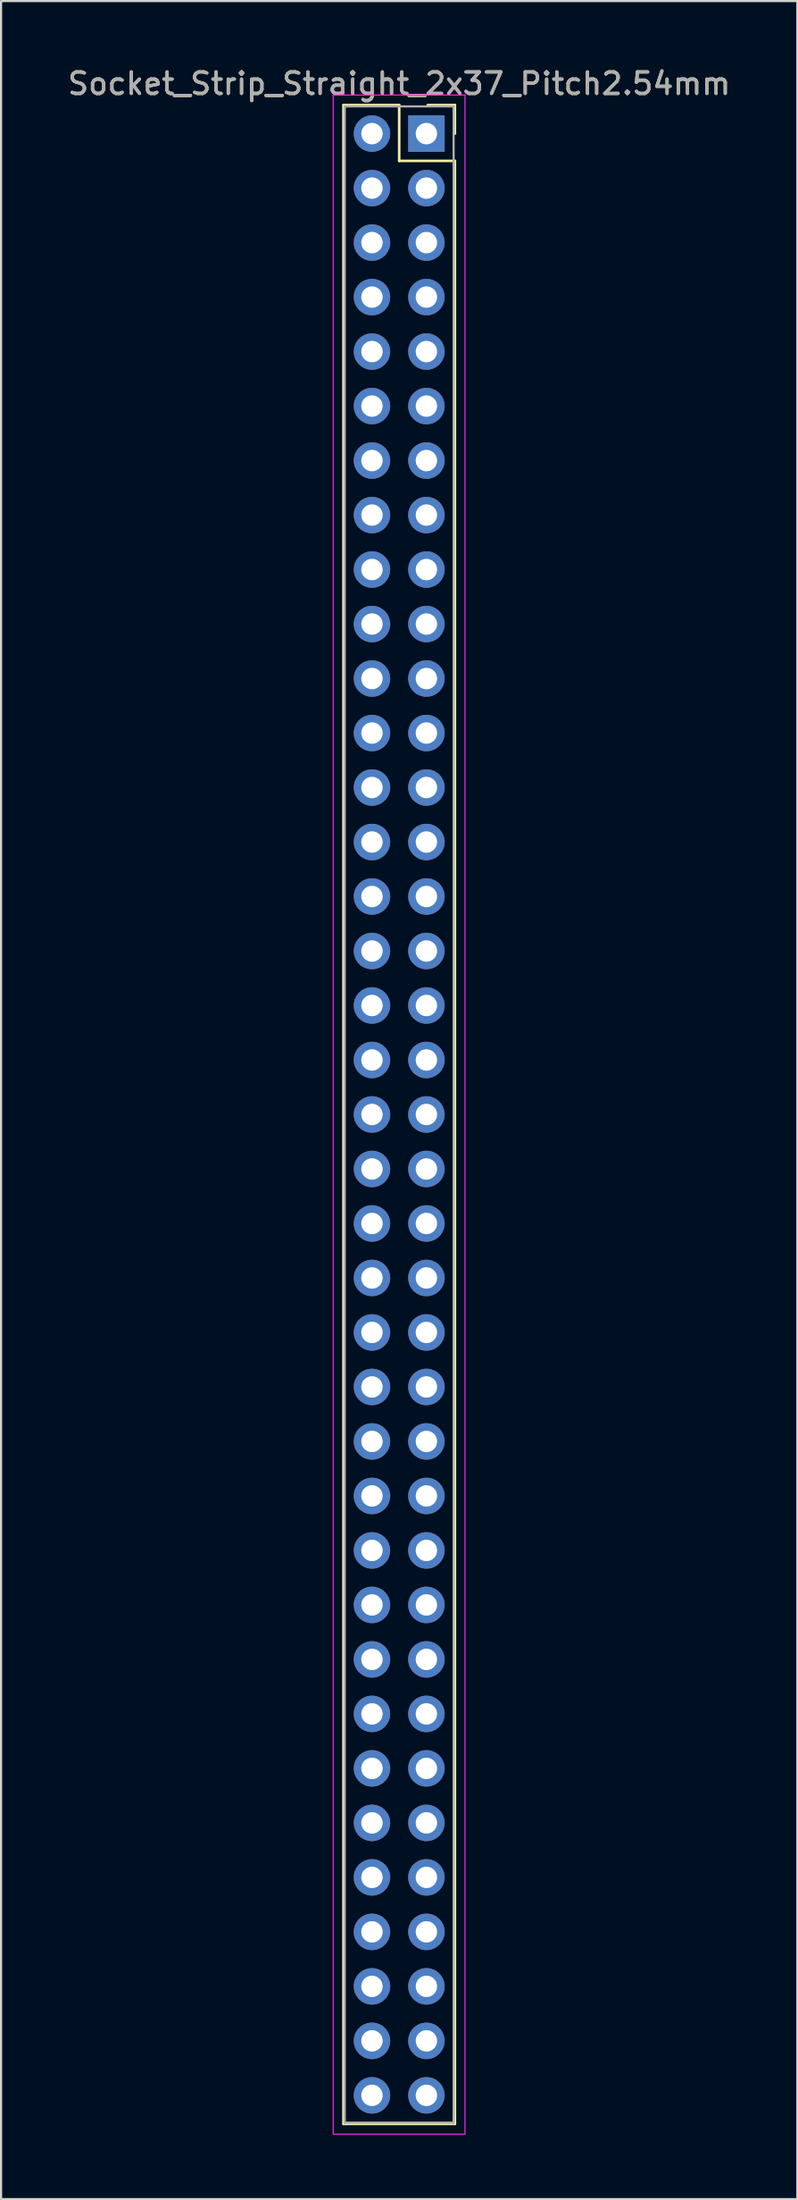
<source format=kicad_pcb>
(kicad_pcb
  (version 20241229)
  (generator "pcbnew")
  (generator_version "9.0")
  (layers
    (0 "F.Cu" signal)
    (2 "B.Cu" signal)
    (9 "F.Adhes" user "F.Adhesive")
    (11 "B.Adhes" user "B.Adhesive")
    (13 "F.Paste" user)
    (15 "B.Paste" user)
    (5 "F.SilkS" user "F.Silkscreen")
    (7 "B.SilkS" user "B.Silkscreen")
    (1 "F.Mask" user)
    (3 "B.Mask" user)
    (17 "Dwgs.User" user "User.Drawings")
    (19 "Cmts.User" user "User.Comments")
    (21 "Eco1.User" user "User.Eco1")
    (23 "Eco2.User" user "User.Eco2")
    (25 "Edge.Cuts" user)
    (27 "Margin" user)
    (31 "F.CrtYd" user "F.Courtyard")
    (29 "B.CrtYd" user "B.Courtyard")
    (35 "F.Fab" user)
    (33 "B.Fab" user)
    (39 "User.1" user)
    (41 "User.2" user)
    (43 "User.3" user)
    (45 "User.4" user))
  (footprint "Socket_Strip_Straight_2x37_Pitch2.54mm"
    (layer "F.Cu")
    (at 16.847 3.178)
    (property "Reference" "Socket_Strip_Straight_2x37_Pitch2.54mm" (at -1.27 -2.33 0) (layer "F.SilkS") (effects (font (size 1 1) (thickness 0.15))))
    (attr through_hole)
    (fp_line (start -3.87 -1.33) (end -1.27 -1.33) (stroke (width 0.12) (type solid)) (layer "F.SilkS"))
    (fp_line (start -3.87 92.77) (end -3.87 -1.33) (stroke (width 0.12) (type solid)) (layer "F.SilkS"))
    (fp_line (start -1.27 -1.33) (end -1.27 1.27) (stroke (width 0.12) (type solid)) (layer "F.SilkS"))
    (fp_line (start -1.27 1.27) (end 1.33 1.27) (stroke (width 0.12) (type solid)) (layer "F.SilkS"))
    (fp_line (start 1.33 -1.33) (end 0.06 -1.33) (stroke (width 0.12) (type solid)) (layer "F.SilkS"))
    (fp_line (start 1.33 0) (end 1.33 -1.33) (stroke (width 0.12) (type solid)) (layer "F.SilkS"))
    (fp_line (start 1.33 1.27) (end 1.33 92.77) (stroke (width 0.12) (type solid)) (layer "F.SilkS"))
    (fp_line (start 1.33 92.77) (end -3.87 92.77) (stroke (width 0.12) (type solid)) (layer "F.SilkS"))
    (fp_line (start -4.35 -1.8) (end -4.35 93.25) (stroke (width 0.05) (type solid)) (layer "F.CrtYd"))
    (fp_line (start -4.35 93.25) (end 1.8 93.25) (stroke (width 0.05) (type solid)) (layer "F.CrtYd"))
    (fp_line (start 1.8 -1.8) (end -4.35 -1.8) (stroke (width 0.05) (type solid)) (layer "F.CrtYd"))
    (fp_line (start 1.8 93.25) (end 1.8 -1.8) (stroke (width 0.05) (type solid)) (layer "F.CrtYd"))
    (fp_line (start -3.81 -1.27) (end -3.81 92.71) (stroke (width 0.1) (type solid)) (layer "F.Fab"))
    (fp_line (start -3.81 92.71) (end 1.27 92.71) (stroke (width 0.1) (type solid)) (layer "F.Fab"))
    (fp_line (start 1.27 -1.27) (end -3.81 -1.27) (stroke (width 0.1) (type solid)) (layer "F.Fab"))
    (fp_line (start 1.27 92.71) (end 1.27 -1.27) (stroke (width 0.1) (type solid)) (layer "F.Fab"))
    (fp_text user "${REFERENCE}" (at -1.27 -2.33 0) (layer "F.Fab") (effects (font (size 1 1) (thickness 0.15))))
    (pad "1" thru_hole rect (at 0 0) (size 1.7 1.7) (drill 1) (layers "*.Cu" "*.Mask"))
    (pad "2" thru_hole oval (at -2.54 0) (size 1.7 1.7) (drill 1) (layers "*.Cu" "*.Mask"))
    (pad "3" thru_hole oval (at 0 2.54) (size 1.7 1.7) (drill 1) (layers "*.Cu" "*.Mask"))
    (pad "4" thru_hole oval (at -2.54 2.54) (size 1.7 1.7) (drill 1) (layers "*.Cu" "*.Mask"))
    (pad "5" thru_hole oval (at 0 5.08) (size 1.7 1.7) (drill 1) (layers "*.Cu" "*.Mask"))
    (pad "6" thru_hole oval (at -2.54 5.08) (size 1.7 1.7) (drill 1) (layers "*.Cu" "*.Mask"))
    (pad "7" thru_hole oval (at 0 7.62) (size 1.7 1.7) (drill 1) (layers "*.Cu" "*.Mask"))
    (pad "8" thru_hole oval (at -2.54 7.62) (size 1.7 1.7) (drill 1) (layers "*.Cu" "*.Mask"))
    (pad "9" thru_hole oval (at 0 10.16) (size 1.7 1.7) (drill 1) (layers "*.Cu" "*.Mask"))
    (pad "10" thru_hole oval (at -2.54 10.16) (size 1.7 1.7) (drill 1) (layers "*.Cu" "*.Mask"))
    (pad "11" thru_hole oval (at 0 12.7) (size 1.7 1.7) (drill 1) (layers "*.Cu" "*.Mask"))
    (pad "12" thru_hole oval (at -2.54 12.7) (size 1.7 1.7) (drill 1) (layers "*.Cu" "*.Mask"))
    (pad "13" thru_hole oval (at 0 15.24) (size 1.7 1.7) (drill 1) (layers "*.Cu" "*.Mask"))
    (pad "14" thru_hole oval (at -2.54 15.24) (size 1.7 1.7) (drill 1) (layers "*.Cu" "*.Mask"))
    (pad "15" thru_hole oval (at 0 17.78) (size 1.7 1.7) (drill 1) (layers "*.Cu" "*.Mask"))
    (pad "16" thru_hole oval (at -2.54 17.78) (size 1.7 1.7) (drill 1) (layers "*.Cu" "*.Mask"))
    (pad "17" thru_hole oval (at 0 20.32) (size 1.7 1.7) (drill 1) (layers "*.Cu" "*.Mask"))
    (pad "18" thru_hole oval (at -2.54 20.32) (size 1.7 1.7) (drill 1) (layers "*.Cu" "*.Mask"))
    (pad "19" thru_hole oval (at 0 22.86) (size 1.7 1.7) (drill 1) (layers "*.Cu" "*.Mask"))
    (pad "20" thru_hole oval (at -2.54 22.86) (size 1.7 1.7) (drill 1) (layers "*.Cu" "*.Mask"))
    (pad "21" thru_hole oval (at 0 25.4) (size 1.7 1.7) (drill 1) (layers "*.Cu" "*.Mask"))
    (pad "22" thru_hole oval (at -2.54 25.4) (size 1.7 1.7) (drill 1) (layers "*.Cu" "*.Mask"))
    (pad "23" thru_hole oval (at 0 27.94) (size 1.7 1.7) (drill 1) (layers "*.Cu" "*.Mask"))
    (pad "24" thru_hole oval (at -2.54 27.94) (size 1.7 1.7) (drill 1) (layers "*.Cu" "*.Mask"))
    (pad "25" thru_hole oval (at 0 30.48) (size 1.7 1.7) (drill 1) (layers "*.Cu" "*.Mask"))
    (pad "26" thru_hole oval (at -2.54 30.48) (size 1.7 1.7) (drill 1) (layers "*.Cu" "*.Mask"))
    (pad "27" thru_hole oval (at 0 33.02) (size 1.7 1.7) (drill 1) (layers "*.Cu" "*.Mask"))
    (pad "28" thru_hole oval (at -2.54 33.02) (size 1.7 1.7) (drill 1) (layers "*.Cu" "*.Mask"))
    (pad "29" thru_hole oval (at 0 35.56) (size 1.7 1.7) (drill 1) (layers "*.Cu" "*.Mask"))
    (pad "30" thru_hole oval (at -2.54 35.56) (size 1.7 1.7) (drill 1) (layers "*.Cu" "*.Mask"))
    (pad "31" thru_hole oval (at 0 38.1) (size 1.7 1.7) (drill 1) (layers "*.Cu" "*.Mask"))
    (pad "32" thru_hole oval (at -2.54 38.1) (size 1.7 1.7) (drill 1) (layers "*.Cu" "*.Mask"))
    (pad "33" thru_hole oval (at 0 40.64) (size 1.7 1.7) (drill 1) (layers "*.Cu" "*.Mask"))
    (pad "34" thru_hole oval (at -2.54 40.64) (size 1.7 1.7) (drill 1) (layers "*.Cu" "*.Mask"))
    (pad "35" thru_hole oval (at 0 43.18) (size 1.7 1.7) (drill 1) (layers "*.Cu" "*.Mask"))
    (pad "36" thru_hole oval (at -2.54 43.18) (size 1.7 1.7) (drill 1) (layers "*.Cu" "*.Mask"))
    (pad "37" thru_hole oval (at 0 45.72) (size 1.7 1.7) (drill 1) (layers "*.Cu" "*.Mask"))
    (pad "38" thru_hole oval (at -2.54 45.72) (size 1.7 1.7) (drill 1) (layers "*.Cu" "*.Mask"))
    (pad "39" thru_hole oval (at 0 48.26) (size 1.7 1.7) (drill 1) (layers "*.Cu" "*.Mask"))
    (pad "40" thru_hole oval (at -2.54 48.26) (size 1.7 1.7) (drill 1) (layers "*.Cu" "*.Mask"))
    (pad "41" thru_hole oval (at 0 50.8) (size 1.7 1.7) (drill 1) (layers "*.Cu" "*.Mask"))
    (pad "42" thru_hole oval (at -2.54 50.8) (size 1.7 1.7) (drill 1) (layers "*.Cu" "*.Mask"))
    (pad "43" thru_hole oval (at 0 53.34) (size 1.7 1.7) (drill 1) (layers "*.Cu" "*.Mask"))
    (pad "44" thru_hole oval (at -2.54 53.34) (size 1.7 1.7) (drill 1) (layers "*.Cu" "*.Mask"))
    (pad "45" thru_hole oval (at 0 55.88) (size 1.7 1.7) (drill 1) (layers "*.Cu" "*.Mask"))
    (pad "46" thru_hole oval (at -2.54 55.88) (size 1.7 1.7) (drill 1) (layers "*.Cu" "*.Mask"))
    (pad "47" thru_hole oval (at 0 58.42) (size 1.7 1.7) (drill 1) (layers "*.Cu" "*.Mask"))
    (pad "48" thru_hole oval (at -2.54 58.42) (size 1.7 1.7) (drill 1) (layers "*.Cu" "*.Mask"))
    (pad "49" thru_hole oval (at 0 60.96) (size 1.7 1.7) (drill 1) (layers "*.Cu" "*.Mask"))
    (pad "50" thru_hole oval (at -2.54 60.96) (size 1.7 1.7) (drill 1) (layers "*.Cu" "*.Mask"))
    (pad "51" thru_hole oval (at 0 63.5) (size 1.7 1.7) (drill 1) (layers "*.Cu" "*.Mask"))
    (pad "52" thru_hole oval (at -2.54 63.5) (size 1.7 1.7) (drill 1) (layers "*.Cu" "*.Mask"))
    (pad "53" thru_hole oval (at 0 66.04) (size 1.7 1.7) (drill 1) (layers "*.Cu" "*.Mask"))
    (pad "54" thru_hole oval (at -2.54 66.04) (size 1.7 1.7) (drill 1) (layers "*.Cu" "*.Mask"))
    (pad "55" thru_hole oval (at 0 68.58) (size 1.7 1.7) (drill 1) (layers "*.Cu" "*.Mask"))
    (pad "56" thru_hole oval (at -2.54 68.58) (size 1.7 1.7) (drill 1) (layers "*.Cu" "*.Mask"))
    (pad "57" thru_hole oval (at 0 71.12) (size 1.7 1.7) (drill 1) (layers "*.Cu" "*.Mask"))
    (pad "58" thru_hole oval (at -2.54 71.12) (size 1.7 1.7) (drill 1) (layers "*.Cu" "*.Mask"))
    (pad "59" thru_hole oval (at 0 73.66) (size 1.7 1.7) (drill 1) (layers "*.Cu" "*.Mask"))
    (pad "60" thru_hole oval (at -2.54 73.66) (size 1.7 1.7) (drill 1) (layers "*.Cu" "*.Mask"))
    (pad "61" thru_hole oval (at 0 76.2) (size 1.7 1.7) (drill 1) (layers "*.Cu" "*.Mask"))
    (pad "62" thru_hole oval (at -2.54 76.2) (size 1.7 1.7) (drill 1) (layers "*.Cu" "*.Mask"))
    (pad "63" thru_hole oval (at 0 78.74) (size 1.7 1.7) (drill 1) (layers "*.Cu" "*.Mask"))
    (pad "64" thru_hole oval (at -2.54 78.74) (size 1.7 1.7) (drill 1) (layers "*.Cu" "*.Mask"))
    (pad "65" thru_hole oval (at 0 81.28) (size 1.7 1.7) (drill 1) (layers "*.Cu" "*.Mask"))
    (pad "66" thru_hole oval (at -2.54 81.28) (size 1.7 1.7) (drill 1) (layers "*.Cu" "*.Mask"))
    (pad "67" thru_hole oval (at 0 83.82) (size 1.7 1.7) (drill 1) (layers "*.Cu" "*.Mask"))
    (pad "68" thru_hole oval (at -2.54 83.82) (size 1.7 1.7) (drill 1) (layers "*.Cu" "*.Mask"))
    (pad "69" thru_hole oval (at 0 86.36) (size 1.7 1.7) (drill 1) (layers "*.Cu" "*.Mask"))
    (pad "70" thru_hole oval (at -2.54 86.36) (size 1.7 1.7) (drill 1) (layers "*.Cu" "*.Mask"))
    (pad "71" thru_hole oval (at 0 88.9) (size 1.7 1.7) (drill 1) (layers "*.Cu" "*.Mask"))
    (pad "72" thru_hole oval (at -2.54 88.9) (size 1.7 1.7) (drill 1) (layers "*.Cu" "*.Mask"))
    (pad "73" thru_hole oval (at 0 91.44) (size 1.7 1.7) (drill 1) (layers "*.Cu" "*.Mask"))
    (pad "74" thru_hole oval (at -2.54 91.44) (size 1.7 1.7) (drill 1) (layers "*.Cu" "*.Mask")))
  (gr_rect
    (start -3 -3)
    (end 34.155 99.453)
    (stroke (width 0.1) (type default))
    (fill no)
    (layer "Edge.Cuts")))
</source>
